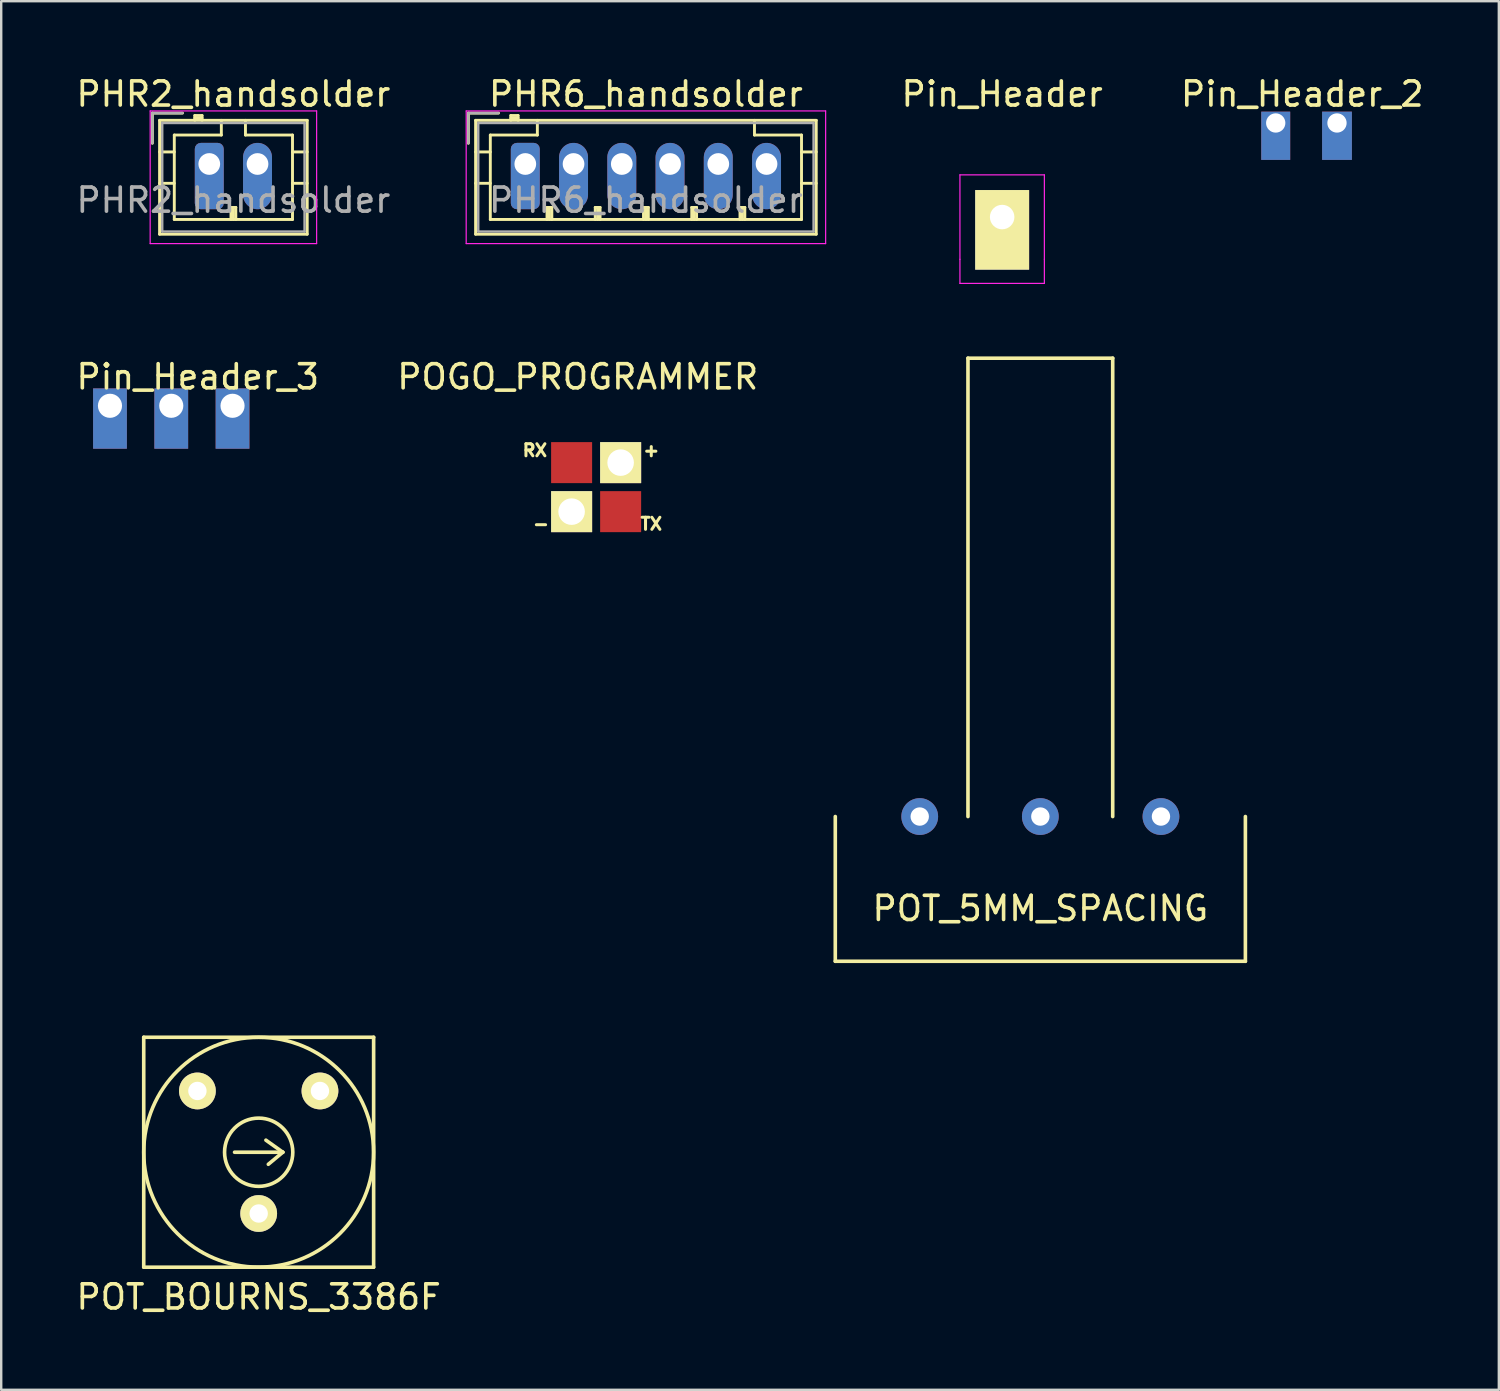
<source format=kicad_pcb>
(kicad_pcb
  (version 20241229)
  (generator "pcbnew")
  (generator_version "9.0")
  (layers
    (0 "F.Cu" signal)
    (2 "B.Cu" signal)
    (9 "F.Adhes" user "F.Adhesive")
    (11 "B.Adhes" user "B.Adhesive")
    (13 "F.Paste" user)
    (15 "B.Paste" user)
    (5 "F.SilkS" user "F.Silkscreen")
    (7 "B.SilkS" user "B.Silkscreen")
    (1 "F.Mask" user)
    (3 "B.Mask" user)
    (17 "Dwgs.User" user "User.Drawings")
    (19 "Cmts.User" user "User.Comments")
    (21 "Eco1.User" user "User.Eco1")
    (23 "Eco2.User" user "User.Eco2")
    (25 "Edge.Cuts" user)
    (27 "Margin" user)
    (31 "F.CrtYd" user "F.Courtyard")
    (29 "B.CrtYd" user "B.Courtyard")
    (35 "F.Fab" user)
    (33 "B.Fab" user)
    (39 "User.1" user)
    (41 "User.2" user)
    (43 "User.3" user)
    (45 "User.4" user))
  (footprint "PHR6_handsolder"
    (layer "F.Cu")
    (at 18.725 3.748)
    (property "Reference" "PHR6_handsolder" (at 5 -2.9 0) (layer "F.SilkS") (effects (font (size 1 1) (thickness 0.15))))
    (attr through_hole)
    (fp_line (start -2.36 -2.11) (end -2.36 -0.86) (stroke (width 0.12) (type solid)) (layer "F.SilkS"))
    (fp_line (start -2.06 -1.81) (end -2.06 2.91) (stroke (width 0.12) (type solid)) (layer "F.SilkS"))
    (fp_line (start -2.06 -0.5) (end -1.45 -0.5) (stroke (width 0.12) (type solid)) (layer "F.SilkS"))
    (fp_line (start -2.06 0.8) (end -1.45 0.8) (stroke (width 0.12) (type solid)) (layer "F.SilkS"))
    (fp_line (start -2.06 2.91) (end 12.06 2.91) (stroke (width 0.12) (type solid)) (layer "F.SilkS"))
    (fp_line (start -1.45 -1.2) (end -1.45 2.3) (stroke (width 0.12) (type solid)) (layer "F.SilkS"))
    (fp_line (start -1.45 2.3) (end 11.45 2.3) (stroke (width 0.12) (type solid)) (layer "F.SilkS"))
    (fp_line (start -1.11 -2.11) (end -2.36 -2.11) (stroke (width 0.12) (type solid)) (layer "F.SilkS"))
    (fp_line (start -0.6 -2.01) (end -0.6 -1.81) (stroke (width 0.12) (type solid)) (layer "F.SilkS"))
    (fp_line (start -0.3 -2.01) (end -0.6 -2.01) (stroke (width 0.12) (type solid)) (layer "F.SilkS"))
    (fp_line (start -0.3 -1.91) (end -0.6 -1.91) (stroke (width 0.12) (type solid)) (layer "F.SilkS"))
    (fp_line (start -0.3 -1.81) (end -0.3 -2.01) (stroke (width 0.12) (type solid)) (layer "F.SilkS"))
    (fp_line (start 0.5 -1.81) (end 0.5 -1.2) (stroke (width 0.12) (type solid)) (layer "F.SilkS"))
    (fp_line (start 0.5 -1.2) (end -1.45 -1.2) (stroke (width 0.12) (type solid)) (layer "F.SilkS"))
    (fp_line (start 0.9 1.8) (end 1.1 1.8) (stroke (width 0.12) (type solid)) (layer "F.SilkS"))
    (fp_line (start 0.9 2.3) (end 0.9 1.8) (stroke (width 0.12) (type solid)) (layer "F.SilkS"))
    (fp_line (start 1 2.3) (end 1 1.8) (stroke (width 0.12) (type solid)) (layer "F.SilkS"))
    (fp_line (start 1.1 1.8) (end 1.1 2.3) (stroke (width 0.12) (type solid)) (layer "F.SilkS"))
    (fp_line (start 2.9 1.8) (end 3.1 1.8) (stroke (width 0.12) (type solid)) (layer "F.SilkS"))
    (fp_line (start 2.9 2.3) (end 2.9 1.8) (stroke (width 0.12) (type solid)) (layer "F.SilkS"))
    (fp_line (start 3 2.3) (end 3 1.8) (stroke (width 0.12) (type solid)) (layer "F.SilkS"))
    (fp_line (start 3.1 1.8) (end 3.1 2.3) (stroke (width 0.12) (type solid)) (layer "F.SilkS"))
    (fp_line (start 4.9 1.8) (end 5.1 1.8) (stroke (width 0.12) (type solid)) (layer "F.SilkS"))
    (fp_line (start 4.9 2.3) (end 4.9 1.8) (stroke (width 0.12) (type solid)) (layer "F.SilkS"))
    (fp_line (start 5 2.3) (end 5 1.8) (stroke (width 0.12) (type solid)) (layer "F.SilkS"))
    (fp_line (start 5.1 1.8) (end 5.1 2.3) (stroke (width 0.12) (type solid)) (layer "F.SilkS"))
    (fp_line (start 6.9 1.8) (end 7.1 1.8) (stroke (width 0.12) (type solid)) (layer "F.SilkS"))
    (fp_line (start 6.9 2.3) (end 6.9 1.8) (stroke (width 0.12) (type solid)) (layer "F.SilkS"))
    (fp_line (start 7 2.3) (end 7 1.8) (stroke (width 0.12) (type solid)) (layer "F.SilkS"))
    (fp_line (start 7.1 1.8) (end 7.1 2.3) (stroke (width 0.12) (type solid)) (layer "F.SilkS"))
    (fp_line (start 8.9 1.8) (end 9.1 1.8) (stroke (width 0.12) (type solid)) (layer "F.SilkS"))
    (fp_line (start 8.9 2.3) (end 8.9 1.8) (stroke (width 0.12) (type solid)) (layer "F.SilkS"))
    (fp_line (start 9 2.3) (end 9 1.8) (stroke (width 0.12) (type solid)) (layer "F.SilkS"))
    (fp_line (start 9.1 1.8) (end 9.1 2.3) (stroke (width 0.12) (type solid)) (layer "F.SilkS"))
    (fp_line (start 9.5 -1.2) (end 9.5 -1.81) (stroke (width 0.12) (type solid)) (layer "F.SilkS"))
    (fp_line (start 11.45 -1.2) (end 9.5 -1.2) (stroke (width 0.12) (type solid)) (layer "F.SilkS"))
    (fp_line (start 11.45 2.3) (end 11.45 -1.2) (stroke (width 0.12) (type solid)) (layer "F.SilkS"))
    (fp_line (start 12.06 -1.81) (end -2.06 -1.81) (stroke (width 0.12) (type solid)) (layer "F.SilkS"))
    (fp_line (start 12.06 -0.5) (end 11.45 -0.5) (stroke (width 0.12) (type solid)) (layer "F.SilkS"))
    (fp_line (start 12.06 0.8) (end 11.45 0.8) (stroke (width 0.12) (type solid)) (layer "F.SilkS"))
    (fp_line (start 12.06 2.91) (end 12.06 -1.81) (stroke (width 0.12) (type solid)) (layer "F.SilkS"))
    (fp_line (start -2.45 -2.2) (end -2.45 3.3) (stroke (width 0.05) (type solid)) (layer "F.CrtYd"))
    (fp_line (start -2.45 3.3) (end 12.45 3.3) (stroke (width 0.05) (type solid)) (layer "F.CrtYd"))
    (fp_line (start 12.45 -2.2) (end -2.45 -2.2) (stroke (width 0.05) (type solid)) (layer "F.CrtYd"))
    (fp_line (start 12.45 3.3) (end 12.45 -2.2) (stroke (width 0.05) (type solid)) (layer "F.CrtYd"))
    (fp_line (start -2.36 -2.11) (end -2.36 -0.86) (stroke (width 0.1) (type solid)) (layer "F.Fab"))
    (fp_line (start -1.95 -1.7) (end -1.95 2.8) (stroke (width 0.1) (type solid)) (layer "F.Fab"))
    (fp_line (start -1.95 2.8) (end 11.95 2.8) (stroke (width 0.1) (type solid)) (layer "F.Fab"))
    (fp_line (start -1.11 -2.11) (end -2.36 -2.11) (stroke (width 0.1) (type solid)) (layer "F.Fab"))
    (fp_line (start 11.95 -1.7) (end -1.95 -1.7) (stroke (width 0.1) (type solid)) (layer "F.Fab"))
    (fp_line (start 11.95 2.8) (end 11.95 -1.7) (stroke (width 0.1) (type solid)) (layer "F.Fab"))
    (fp_text user "${REFERENCE}" (at 5 1.5 0) (layer "F.Fab") (effects (font (size 1 1) (thickness 0.15))))
    (pad "1" thru_hole roundrect (at 0 0) (size 1.2 2.75) (drill 0.9 (offset 0 0.5)) (layers "*.Cu" "*.Mask") (roundrect_rratio 0.208))
    (pad "2" thru_hole oval (at 2 0) (size 1.2 2.75) (drill 0.9 (offset 0 0.5)) (layers "*.Cu" "*.Mask"))
    (pad "3" thru_hole oval (at 4 0) (size 1.2 2.75) (drill 0.9 (offset 0 0.5)) (layers "*.Cu" "*.Mask"))
    (pad "4" thru_hole oval (at 6 0) (size 1.2 2.75) (drill 0.9 (offset 0 0.5)) (layers "*.Cu" "*.Mask"))
    (pad "5" thru_hole oval (at 8 0) (size 1.2 2.75) (drill 0.9 (offset 0 0.5)) (layers "*.Cu" "*.Mask"))
    (pad "6" thru_hole oval (at 10 0) (size 1.2 2.75) (drill 0.9 (offset 0 0.5)) (layers "*.Cu" "*.Mask")))
  (footprint "POT_5MM_SPACING"
    (layer "F.Cu")
    (at 40.075 30.798)
    (property "Reference" "POT_5MM_SPACING" (at 0 3.81 0) (layer "F.SilkS") (effects (font (size 1 1) (thickness 0.15))))
    (attr through_hole)
    (fp_line (start -8.5 0) (end -8.5 6) (stroke (width 0.15) (type solid)) (layer "F.SilkS"))
    (fp_line (start -8.5 6) (end 8.5 6) (stroke (width 0.15) (type solid)) (layer "F.SilkS"))
    (fp_line (start -3 -19) (end 3 -19) (stroke (width 0.15) (type solid)) (layer "F.SilkS"))
    (fp_line (start -3 0) (end -3 -19) (stroke (width 0.15) (type solid)) (layer "F.SilkS"))
    (fp_line (start 3 -19) (end 3 0) (stroke (width 0.15) (type solid)) (layer "F.SilkS"))
    (fp_line (start 8.5 6) (end 8.5 0) (stroke (width 0.15) (type solid)) (layer "F.SilkS"))
    (pad "1" thru_hole circle (at -5 0) (size 1.524 1.524) (drill 0.762) (layers "*.Cu" "*.Mask"))
    (pad "2" thru_hole circle (at 0 0) (size 1.524 1.524) (drill 0.762) (layers "*.Cu" "*.Mask"))
    (pad "3" thru_hole circle (at 5 0) (size 1.524 1.524) (drill 0.762) (layers "*.Cu" "*.Mask")))
  (footprint "PHR2_handsolder"
    (layer "F.Cu")
    (at 5.625 3.748)
    (property "Reference" "PHR2_handsolder" (at 1 -2.9 0) (layer "F.SilkS") (effects (font (size 1 1) (thickness 0.15))))
    (attr through_hole)
    (fp_line (start -2.36 -2.11) (end -2.36 -0.86) (stroke (width 0.12) (type solid)) (layer "F.SilkS"))
    (fp_line (start -2.06 -1.81) (end -2.06 2.91) (stroke (width 0.12) (type solid)) (layer "F.SilkS"))
    (fp_line (start -2.06 -0.5) (end -1.45 -0.5) (stroke (width 0.12) (type solid)) (layer "F.SilkS"))
    (fp_line (start -2.06 0.8) (end -1.45 0.8) (stroke (width 0.12) (type solid)) (layer "F.SilkS"))
    (fp_line (start -2.06 2.91) (end 4.06 2.91) (stroke (width 0.12) (type solid)) (layer "F.SilkS"))
    (fp_line (start -1.45 -1.2) (end -1.45 2.3) (stroke (width 0.12) (type solid)) (layer "F.SilkS"))
    (fp_line (start -1.45 2.3) (end 3.45 2.3) (stroke (width 0.12) (type solid)) (layer "F.SilkS"))
    (fp_line (start -1.11 -2.11) (end -2.36 -2.11) (stroke (width 0.12) (type solid)) (layer "F.SilkS"))
    (fp_line (start -0.6 -2.01) (end -0.6 -1.81) (stroke (width 0.12) (type solid)) (layer "F.SilkS"))
    (fp_line (start -0.3 -2.01) (end -0.6 -2.01) (stroke (width 0.12) (type solid)) (layer "F.SilkS"))
    (fp_line (start -0.3 -1.91) (end -0.6 -1.91) (stroke (width 0.12) (type solid)) (layer "F.SilkS"))
    (fp_line (start -0.3 -1.81) (end -0.3 -2.01) (stroke (width 0.12) (type solid)) (layer "F.SilkS"))
    (fp_line (start 0.5 -1.81) (end 0.5 -1.2) (stroke (width 0.12) (type solid)) (layer "F.SilkS"))
    (fp_line (start 0.5 -1.2) (end -1.45 -1.2) (stroke (width 0.12) (type solid)) (layer "F.SilkS"))
    (fp_line (start 0.9 1.8) (end 1.1 1.8) (stroke (width 0.12) (type solid)) (layer "F.SilkS"))
    (fp_line (start 0.9 2.3) (end 0.9 1.8) (stroke (width 0.12) (type solid)) (layer "F.SilkS"))
    (fp_line (start 1 2.3) (end 1 1.8) (stroke (width 0.12) (type solid)) (layer "F.SilkS"))
    (fp_line (start 1.1 1.8) (end 1.1 2.3) (stroke (width 0.12) (type solid)) (layer "F.SilkS"))
    (fp_line (start 1.5 -1.2) (end 1.5 -1.81) (stroke (width 0.12) (type solid)) (layer "F.SilkS"))
    (fp_line (start 3.45 -1.2) (end 1.5 -1.2) (stroke (width 0.12) (type solid)) (layer "F.SilkS"))
    (fp_line (start 3.45 2.3) (end 3.45 -1.2) (stroke (width 0.12) (type solid)) (layer "F.SilkS"))
    (fp_line (start 4.06 -1.81) (end -2.06 -1.81) (stroke (width 0.12) (type solid)) (layer "F.SilkS"))
    (fp_line (start 4.06 -0.5) (end 3.45 -0.5) (stroke (width 0.12) (type solid)) (layer "F.SilkS"))
    (fp_line (start 4.06 0.8) (end 3.45 0.8) (stroke (width 0.12) (type solid)) (layer "F.SilkS"))
    (fp_line (start 4.06 2.91) (end 4.06 -1.81) (stroke (width 0.12) (type solid)) (layer "F.SilkS"))
    (fp_line (start -2.45 -2.2) (end -2.45 3.3) (stroke (width 0.05) (type solid)) (layer "F.CrtYd"))
    (fp_line (start -2.45 3.3) (end 4.45 3.3) (stroke (width 0.05) (type solid)) (layer "F.CrtYd"))
    (fp_line (start 4.45 -2.2) (end -2.45 -2.2) (stroke (width 0.05) (type solid)) (layer "F.CrtYd"))
    (fp_line (start 4.45 3.3) (end 4.45 -2.2) (stroke (width 0.05) (type solid)) (layer "F.CrtYd"))
    (fp_line (start -2.36 -2.11) (end -2.36 -0.86) (stroke (width 0.1) (type solid)) (layer "F.Fab"))
    (fp_line (start -1.95 -1.7) (end -1.95 2.8) (stroke (width 0.1) (type solid)) (layer "F.Fab"))
    (fp_line (start -1.95 2.8) (end 3.95 2.8) (stroke (width 0.1) (type solid)) (layer "F.Fab"))
    (fp_line (start -1.11 -2.11) (end -2.36 -2.11) (stroke (width 0.1) (type solid)) (layer "F.Fab"))
    (fp_line (start 3.95 -1.7) (end -1.95 -1.7) (stroke (width 0.1) (type solid)) (layer "F.Fab"))
    (fp_line (start 3.95 2.8) (end 3.95 -1.7) (stroke (width 0.1) (type solid)) (layer "F.Fab"))
    (fp_text user "${REFERENCE}" (at 1 1.5 0) (layer "F.Fab") (effects (font (size 1 1) (thickness 0.15))))
    (pad "1" thru_hole roundrect (at 0 0) (size 1.2 2.75) (drill 0.9 (offset 0 0.5)) (layers "*.Cu" "*.Mask") (roundrect_rratio 0.208))
    (pad "2" thru_hole oval (at 2 0) (size 1.2 2.75) (drill 0.9 (offset 0 0.5)) (layers "*.Cu" "*.Mask")))
  (footprint "Pin_Header"
    (layer "F.Cu")
    (at 38.492 5.948)
    (property "Reference" "Pin_Header" (at 0 -5.1 0) (layer "F.SilkS") (effects (font (size 1 1) (thickness 0.15))))
    (attr through_hole)
    (fp_line (start -1.75 -1.75) (end -1.75 1.75) (stroke (width 0.05) (type solid)) (layer "F.CrtYd"))
    (fp_line (start -1.75 -1.75) (end 1.75 -1.75) (stroke (width 0.05) (type solid)) (layer "F.CrtYd"))
    (fp_line (start -1.75 1.75) (end -1.75 2.75) (stroke (width 0.05) (type solid)) (layer "F.CrtYd"))
    (fp_line (start -1.75 2.75) (end 1.75 2.75) (stroke (width 0.05) (type solid)) (layer "F.CrtYd"))
    (fp_line (start 1.75 -1.75) (end 1.75 1.75) (stroke (width 0.05) (type solid)) (layer "F.CrtYd"))
    (fp_line (start 1.75 2.75) (end 1.75 1.75) (stroke (width 0.05) (type solid)) (layer "F.CrtYd"))
    (pad "1" thru_hole rect (at 0 0) (size 2.235 3.3) (drill 1.016 (offset 0 0.53)) (layers "*.Cu" "*.Mask" "F.SilkS")))
  (footprint "Pin_Header_3"
    (layer "F.Cu")
    (at 4.049 13.771)
    (property "Reference" "Pin_Header_3" (at 1.1 -1.2 0) (layer "F.SilkS") (effects (font (size 1 1) (thickness 0.15))))
    (attr through_hole)
    (pad "1" thru_hole rect (at -2.54 0) (size 1.4 2.5) (drill 1 (offset 0 0.53)) (layers "*.Cu" "*.Mask"))
    (pad "2" thru_hole rect (at 0 0) (size 1.4 2.5) (drill 1 (offset 0 0.53)) (layers "*.Cu" "*.Mask"))
    (pad "3" thru_hole rect (at 2.54 0) (size 1.4 2.5) (drill 1 (offset 0 0.53)) (layers "*.Cu" "*.Mask")))
  (footprint "POGO_PROGRAMMER"
    (layer "F.Cu")
    (at 21.661 17.143)
    (property "Reference" "POGO_PROGRAMMER" (at -0.762 -4.572 0) (layer "F.SilkS") (effects (font (size 1 1) (thickness 0.15))))
    (attr through_hole)
    (fp_text user "TX" (at 2.286 1.524 0) (layer "F.SilkS") (effects (font (size 0.5 0.5) (thickness 0.125))))
    (fp_text user "RX" (at -2.54 -1.524 0) (layer "F.SilkS") (effects (font (size 0.5 0.5) (thickness 0.125))))
    (fp_text user "-" (at -2.286 1.524 0) (layer "F.SilkS") (effects (font (size 0.5 0.5) (thickness 0.125))))
    (fp_text user "+" (at 2.286 -1.524 0) (layer "F.SilkS") (effects (font (size 0.5 0.5) (thickness 0.125))))
    (pad "1" thru_hole rect (at 1.016 -1.016) (size 1.7 1.7) (drill 1.1) (layers "*.Cu" "*.Mask" "F.SilkS"))
    (pad "2" thru_hole rect (at -1.016 1.016) (size 1.7 1.7) (drill 1.1) (layers "*.Cu" "*.Mask" "F.SilkS"))
    (pad "3" smd rect (at 1.016 1.016) (size 1.7 1.7) (layers "F.Cu" "F.Mask" "F.Paste"))
    (pad "4" smd rect (at -1.016 -1.016) (size 1.7 1.7) (layers "F.Cu" "F.Mask" "F.Paste")))
  (footprint "POT_BOURNS_3386F"
    (layer "F.Cu")
    (at 7.673 44.713)
    (property "Reference" "POT_BOURNS_3386F" (at 0 6 0) (layer "F.SilkS") (effects (font (size 1 1) (thickness 0.15))))
    (attr through_hole)
    (fp_line (start -4.765 -4.765) (end 4.765 -4.765) (stroke (width 0.15) (type solid)) (layer "F.SilkS"))
    (fp_line (start -4.765 4.765) (end -4.765 -4.765) (stroke (width 0.15) (type solid)) (layer "F.SilkS"))
    (fp_line (start -1 0) (end 1 0) (stroke (width 0.15) (type solid)) (layer "F.SilkS"))
    (fp_line (start 1 0) (end 0.3 -0.5) (stroke (width 0.15) (type solid)) (layer "F.SilkS"))
    (fp_line (start 1 0) (end 0.4 0.5) (stroke (width 0.15) (type solid)) (layer "F.SilkS"))
    (fp_line (start 4.765 -4.765) (end 4.765 4.765) (stroke (width 0.15) (type solid)) (layer "F.SilkS"))
    (fp_line (start 4.765 4.765) (end -4.765 4.765) (stroke (width 0.15) (type solid)) (layer "F.SilkS"))
    (fp_circle (center 0 0) (end 1 1) (stroke (width 0.15) (type solid)) (fill no) (layer "F.SilkS"))
    (fp_circle (center 0 0) (end 4.765 0) (stroke (width 0.15) (type solid)) (fill no) (layer "F.SilkS"))
    (pad "1" thru_hole circle (at 2.54 -2.54) (size 1.524 1.524) (drill 0.762) (layers "*.Cu" "*.Mask" "F.SilkS"))
    (pad "2" thru_hole circle (at 0 2.54) (size 1.524 1.524) (drill 0.762) (layers "*.Cu" "*.Mask" "F.SilkS"))
    (pad "3" thru_hole circle (at -2.54 -2.54) (size 1.524 1.524) (drill 0.762) (layers "*.Cu" "*.Mask" "F.SilkS")))
  (footprint "Pin_Header_2"
    (layer "F.Cu")
    (at 49.832 2.048)
    (property "Reference" "Pin_Header_2" (at 1.1 -1.2 0) (layer "F.SilkS") (effects (font (size 1 1) (thickness 0.15))))
    (attr through_hole)
    (pad "1" thru_hole rect (at 0 0) (size 1.2 2) (drill 0.8 (offset 0 0.53)) (layers "*.Cu" "*.Mask"))
    (pad "2" thru_hole rect (at 2.54 0) (size 1.235 2) (drill 0.8 (offset 0 0.53)) (layers "*.Cu" "*.Mask")))
  (gr_rect
    (start -3 -3)
    (end 59.081 54.562)
    (stroke (width 0.1) (type default))
    (fill no)
    (layer "Edge.Cuts")))
</source>
